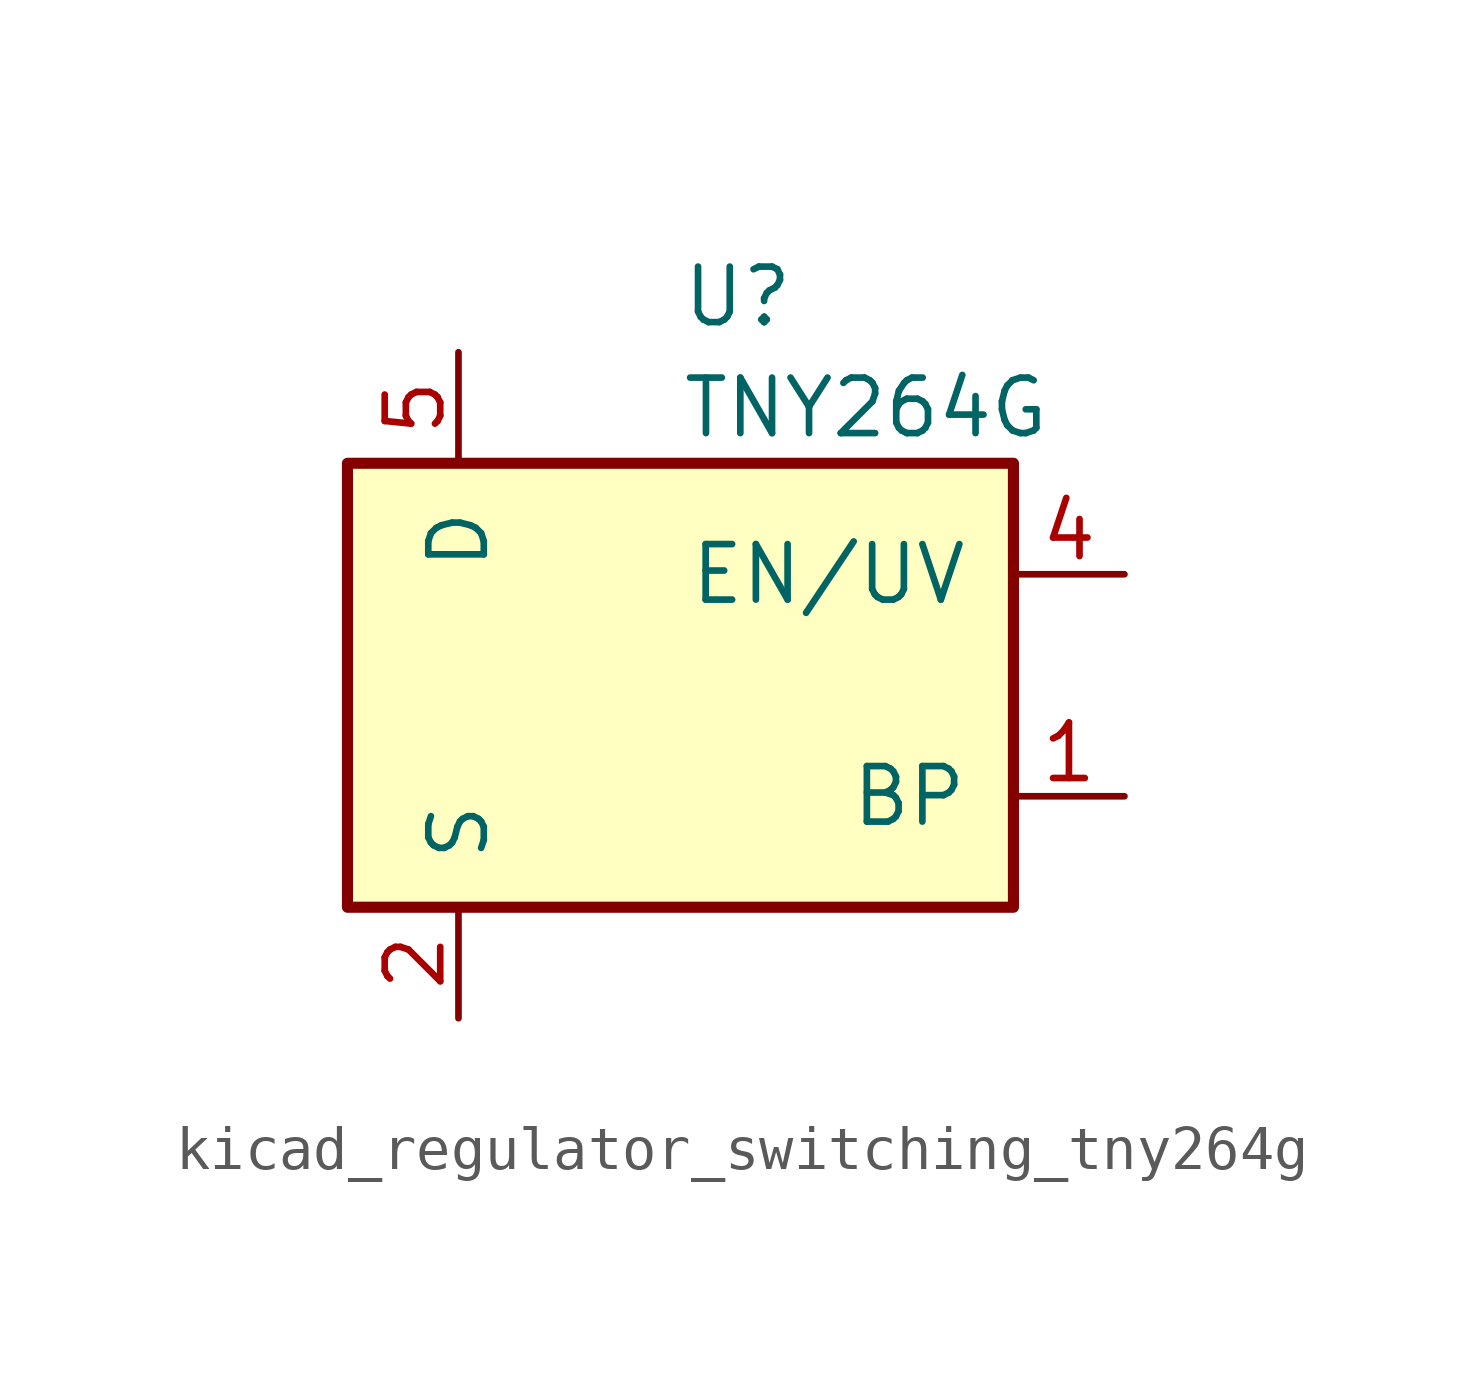
<source format=kicad_sym>
(kicad_symbol_lib
  (version 20220914)
  (generator kicad_symbol_editor)
  (symbol "kicad_regulator_switching_tny264g"
    (pin_names
      (offset 1.016))
    (property "Reference" "U"
      (at 0 8.89 0)
      (effects (font (size 1.27 1.27)) (justify left)))
    (property "Value" "TNY264G"
      (at 0 6.35 0)
      (effects (font (size 1.27 1.27)) (justify left)))
    (symbol "kicad_regulator_switching_tny264g_0_1"
      (rectangle (start -7.62 5.08) (end 7.62 -5.08) (stroke (width 0.254) (type default)) (fill (type background))))
    (symbol "kicad_regulator_switching_tny264g_1_1"
      (pin input line (at 10.16 -2.54 180) (length 2.54) (name "BP" (effects (font (size 1.27 1.27)))) (number "1" (effects (font (size 1.27 1.27)))))
      (pin power_in line (at -5.08 -7.62 90) (length 2.54) (name "S" (effects (font (size 1.27 1.27)))) (number "2" (effects (font (size 1.27 1.27)))))
      (pin passive line (at -5.08 -7.62 90) (length 2.54) hide (name "S" (effects (font (size 1.27 1.27)))) (number "3" (effects (font (size 1.27 1.27)))))
      (pin input line (at 10.16 2.54 180) (length 2.54) (name "EN/UV" (effects (font (size 1.27 1.27)))) (number "4" (effects (font (size 1.27 1.27)))))
      (pin open_collector line (at -5.08 7.62 270) (length 2.54) (name "D" (effects (font (size 1.27 1.27)))) (number "5" (effects (font (size 1.27 1.27)))))
      (pin passive line (at -5.08 -7.62 90) (length 2.54) hide (name "S" (effects (font (size 1.27 1.27)))) (number "7" (effects (font (size 1.27 1.27)))))
      (pin passive line (at -5.08 -7.62 90) (length 2.54) hide (name "S" (effects (font (size 1.27 1.27)))) (number "8" (effects (font (size 1.27 1.27))))))))
</source>
